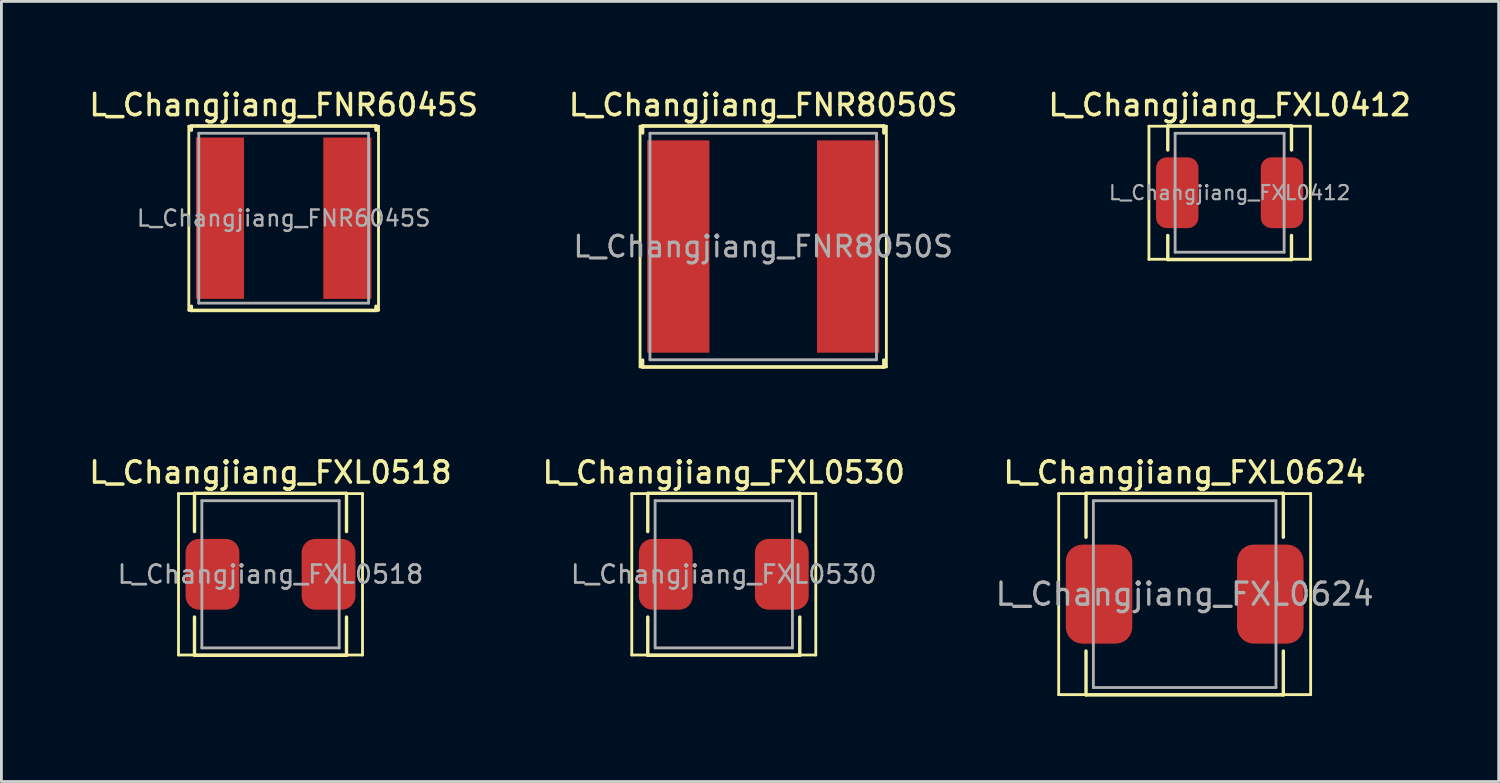
<source format=kicad_pcb>
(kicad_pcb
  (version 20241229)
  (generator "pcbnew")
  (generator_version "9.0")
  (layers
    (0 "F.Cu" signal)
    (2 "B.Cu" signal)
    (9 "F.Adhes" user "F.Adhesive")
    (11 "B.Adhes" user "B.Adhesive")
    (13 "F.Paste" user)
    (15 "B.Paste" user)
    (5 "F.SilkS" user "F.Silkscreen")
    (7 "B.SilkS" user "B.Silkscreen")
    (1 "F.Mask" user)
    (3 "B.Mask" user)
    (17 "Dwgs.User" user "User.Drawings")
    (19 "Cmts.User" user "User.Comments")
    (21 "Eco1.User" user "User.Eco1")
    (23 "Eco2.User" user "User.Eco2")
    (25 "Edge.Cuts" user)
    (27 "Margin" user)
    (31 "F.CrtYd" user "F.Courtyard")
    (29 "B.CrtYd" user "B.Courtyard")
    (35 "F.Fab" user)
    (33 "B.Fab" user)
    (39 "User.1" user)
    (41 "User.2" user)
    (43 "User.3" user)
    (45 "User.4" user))
  (footprint "L_Changjiang_FXL0518"
    (layer "F.Cu")
    (at 6.505 17.236)
    (property "Reference" "L_Changjiang_FXL0518" (at 0 -3.6 0) (layer "F.SilkS") (effects (font (size 0.75 0.75) (thickness 0.125))))
    (attr smd)
    (fp_line (start -3.25 -2.85) (end -3.25 2.85) (stroke (width 0.1) (type solid)) (layer "F.SilkS"))
    (fp_line (start -3.25 2.85) (end 3.25 2.85) (stroke (width 0.1) (type solid)) (layer "F.SilkS"))
    (fp_line (start -2.685 -2.86) (end -2.685 -1.51) (stroke (width 0.12) (type solid)) (layer "F.SilkS"))
    (fp_line (start -2.685 -2.86) (end 2.685 -2.86) (stroke (width 0.12) (type solid)) (layer "F.SilkS"))
    (fp_line (start -2.685 2.86) (end -2.685 1.51) (stroke (width 0.12) (type solid)) (layer "F.SilkS"))
    (fp_line (start -2.685 2.86) (end 2.685 2.86) (stroke (width 0.12) (type solid)) (layer "F.SilkS"))
    (fp_line (start 2.685 -2.86) (end 2.685 -1.51) (stroke (width 0.12) (type solid)) (layer "F.SilkS"))
    (fp_line (start 2.685 2.86) (end 2.685 1.51) (stroke (width 0.12) (type solid)) (layer "F.SilkS"))
    (fp_line (start 3.25 -2.85) (end -3.25 -2.85) (stroke (width 0.1) (type solid)) (layer "F.SilkS"))
    (fp_line (start 3.25 2.85) (end 3.25 -2.85) (stroke (width 0.1) (type solid)) (layer "F.SilkS"))
    (fp_line (start -2.425 -2.6) (end -2.425 2.6) (stroke (width 0.1) (type solid)) (layer "F.Fab"))
    (fp_line (start -2.425 2.6) (end 2.425 2.6) (stroke (width 0.1) (type solid)) (layer "F.Fab"))
    (fp_line (start 2.425 -2.6) (end -2.425 -2.6) (stroke (width 0.1) (type solid)) (layer "F.Fab"))
    (fp_line (start 2.425 2.6) (end 2.425 -2.6) (stroke (width 0.1) (type solid)) (layer "F.Fab"))
    (fp_text user "${REFERENCE}" (at 0 0 0) (layer "F.Fab") (effects (font (size 0.633 0.633) (thickness 0.095))))
    (pad "1" smd roundrect (at -2.05 0) (size 1.9 2.5) (layers "F.Cu" "F.Mask" "F.Paste") (roundrect_rratio 0.25))
    (pad "2" smd roundrect (at 2.05 0) (size 1.9 2.5) (layers "F.Cu" "F.Mask" "F.Paste") (roundrect_rratio 0.25)))
  (footprint "L_Changjiang_FXL0530"
    (layer "F.Cu")
    (at 22.516 17.236)
    (property "Reference" "L_Changjiang_FXL0530" (at 0 -3.6 0) (layer "F.SilkS") (effects (font (size 0.75 0.75) (thickness 0.125))))
    (attr smd)
    (fp_line (start -3.25 -2.85) (end -3.25 2.85) (stroke (width 0.1) (type solid)) (layer "F.SilkS"))
    (fp_line (start -3.25 2.85) (end 3.25 2.85) (stroke (width 0.1) (type solid)) (layer "F.SilkS"))
    (fp_line (start -2.685 -2.86) (end -2.685 -1.51) (stroke (width 0.12) (type solid)) (layer "F.SilkS"))
    (fp_line (start -2.685 -2.86) (end 2.685 -2.86) (stroke (width 0.12) (type solid)) (layer "F.SilkS"))
    (fp_line (start -2.685 2.86) (end -2.685 1.51) (stroke (width 0.12) (type solid)) (layer "F.SilkS"))
    (fp_line (start -2.685 2.86) (end 2.685 2.86) (stroke (width 0.12) (type solid)) (layer "F.SilkS"))
    (fp_line (start 2.685 -2.86) (end 2.685 -1.51) (stroke (width 0.12) (type solid)) (layer "F.SilkS"))
    (fp_line (start 2.685 2.86) (end 2.685 1.51) (stroke (width 0.12) (type solid)) (layer "F.SilkS"))
    (fp_line (start 3.25 -2.85) (end -3.25 -2.85) (stroke (width 0.1) (type solid)) (layer "F.SilkS"))
    (fp_line (start 3.25 2.85) (end 3.25 -2.85) (stroke (width 0.1) (type solid)) (layer "F.SilkS"))
    (fp_line (start -2.425 -2.6) (end -2.425 2.6) (stroke (width 0.1) (type solid)) (layer "F.Fab"))
    (fp_line (start -2.425 2.6) (end 2.425 2.6) (stroke (width 0.1) (type solid)) (layer "F.Fab"))
    (fp_line (start 2.425 -2.6) (end -2.425 -2.6) (stroke (width 0.1) (type solid)) (layer "F.Fab"))
    (fp_line (start 2.425 2.6) (end 2.425 -2.6) (stroke (width 0.1) (type solid)) (layer "F.Fab"))
    (fp_text user "${REFERENCE}" (at 0 0 0) (layer "F.Fab") (effects (font (size 0.633 0.633) (thickness 0.095))))
    (pad "1" smd roundrect (at -2.05 0) (size 1.9 2.5) (layers "F.Cu" "F.Mask" "F.Paste") (roundrect_rratio 0.25))
    (pad "2" smd roundrect (at 2.05 0) (size 1.9 2.5) (layers "F.Cu" "F.Mask" "F.Paste") (roundrect_rratio 0.25)))
  (footprint "L_Changjiang_FNR8050S"
    (layer "F.Cu")
    (at 23.909 5.658)
    (property "Reference" "L_Changjiang_FNR8050S" (at 0 -5 0) (layer "F.SilkS") (effects (font (size 0.75 0.75) (thickness 0.125))))
    (attr smd)
    (fp_line (start -4.35 -4.25) (end -4.35 4.25) (stroke (width 0.1) (type solid)) (layer "F.SilkS"))
    (fp_line (start -4.35 4.25) (end 4.35 4.25) (stroke (width 0.1) (type solid)) (layer "F.SilkS"))
    (fp_line (start -4.26 -4.26) (end -4.26 -4.01) (stroke (width 0.12) (type solid)) (layer "F.SilkS"))
    (fp_line (start -4.26 -4.26) (end 4.26 -4.26) (stroke (width 0.12) (type solid)) (layer "F.SilkS"))
    (fp_line (start -4.26 4.26) (end -4.26 4.01) (stroke (width 0.12) (type solid)) (layer "F.SilkS"))
    (fp_line (start -4.26 4.26) (end 4.26 4.26) (stroke (width 0.12) (type solid)) (layer "F.SilkS"))
    (fp_line (start 4.26 -4.26) (end 4.26 -4.01) (stroke (width 0.12) (type solid)) (layer "F.SilkS"))
    (fp_line (start 4.26 4.26) (end 4.26 4.01) (stroke (width 0.12) (type solid)) (layer "F.SilkS"))
    (fp_line (start 4.35 -4.25) (end -4.35 -4.25) (stroke (width 0.1) (type solid)) (layer "F.SilkS"))
    (fp_line (start 4.35 4.25) (end 4.35 -4.25) (stroke (width 0.1) (type solid)) (layer "F.SilkS"))
    (fp_line (start -4 -4) (end -4 4) (stroke (width 0.1) (type solid)) (layer "F.Fab"))
    (fp_line (start -4 4) (end 4 4) (stroke (width 0.1) (type solid)) (layer "F.Fab"))
    (fp_line (start 4 -4) (end -4 -4) (stroke (width 0.1) (type solid)) (layer "F.Fab"))
    (fp_line (start 4 4) (end 4 -4) (stroke (width 0.1) (type solid)) (layer "F.Fab"))
    (fp_text user "${REFERENCE}" (at 0 0 0) (layer "F.Fab") (effects (font (size 0.733 0.733) (thickness 0.11))))
    (pad "1" smd rect (at -3 0) (size 2.2 7.5) (layers "F.Cu" "F.Mask" "F.Paste"))
    (pad "2" smd rect (at 3 0) (size 2.2 7.5) (layers "F.Cu" "F.Mask" "F.Paste")))
  (footprint "L_Changjiang_FNR6045S"
    (layer "F.Cu")
    (at 6.97 4.658)
    (property "Reference" "L_Changjiang_FNR6045S" (at 0 -4 0) (layer "F.SilkS") (effects (font (size 0.75 0.75) (thickness 0.125))))
    (attr smd)
    (fp_line (start -3.35 -3.25) (end -3.35 3.25) (stroke (width 0.1) (type solid)) (layer "F.SilkS"))
    (fp_line (start -3.35 3.25) (end 3.35 3.25) (stroke (width 0.1) (type solid)) (layer "F.SilkS"))
    (fp_line (start -3.26 -3.26) (end -3.26 -3.11) (stroke (width 0.12) (type solid)) (layer "F.SilkS"))
    (fp_line (start -3.26 -3.26) (end 3.26 -3.26) (stroke (width 0.12) (type solid)) (layer "F.SilkS"))
    (fp_line (start -3.26 3.26) (end -3.26 3.11) (stroke (width 0.12) (type solid)) (layer "F.SilkS"))
    (fp_line (start -3.26 3.26) (end 3.26 3.26) (stroke (width 0.12) (type solid)) (layer "F.SilkS"))
    (fp_line (start 3.26 -3.26) (end 3.26 -3.11) (stroke (width 0.12) (type solid)) (layer "F.SilkS"))
    (fp_line (start 3.26 3.26) (end 3.26 3.11) (stroke (width 0.12) (type solid)) (layer "F.SilkS"))
    (fp_line (start 3.35 -3.25) (end -3.35 -3.25) (stroke (width 0.1) (type solid)) (layer "F.SilkS"))
    (fp_line (start 3.35 3.25) (end 3.35 -3.25) (stroke (width 0.1) (type solid)) (layer "F.SilkS"))
    (fp_line (start -3 -3) (end -3 3) (stroke (width 0.1) (type solid)) (layer "F.Fab"))
    (fp_line (start -3 3) (end 3 3) (stroke (width 0.1) (type solid)) (layer "F.Fab"))
    (fp_line (start 3 -3) (end -3 -3) (stroke (width 0.1) (type solid)) (layer "F.Fab"))
    (fp_line (start 3 3) (end 3 -3) (stroke (width 0.1) (type solid)) (layer "F.Fab"))
    (fp_text user "${REFERENCE}" (at 0 0 0) (layer "F.Fab") (effects (font (size 0.567 0.567) (thickness 0.085))))
    (pad "1" smd rect (at -2.25 0) (size 1.7 5.7) (layers "F.Cu" "F.Mask" "F.Paste"))
    (pad "2" smd rect (at 2.25 0) (size 1.7 5.7) (layers "F.Cu" "F.Mask" "F.Paste")))
  (footprint "L_Changjiang_FXL0412"
    (layer "F.Cu")
    (at 40.384 3.758)
    (property "Reference" "L_Changjiang_FXL0412" (at 0 -3.1 0) (layer "F.SilkS") (effects (font (size 0.75 0.75) (thickness 0.125))))
    (attr smd)
    (fp_line (start -2.85 -2.35) (end -2.85 2.35) (stroke (width 0.1) (type solid)) (layer "F.SilkS"))
    (fp_line (start -2.85 2.35) (end 2.85 2.35) (stroke (width 0.1) (type solid)) (layer "F.SilkS"))
    (fp_line (start -2.185 -2.36) (end -2.185 -1.51) (stroke (width 0.12) (type solid)) (layer "F.SilkS"))
    (fp_line (start -2.185 -2.36) (end 2.185 -2.36) (stroke (width 0.12) (type solid)) (layer "F.SilkS"))
    (fp_line (start -2.185 2.36) (end -2.185 1.51) (stroke (width 0.12) (type solid)) (layer "F.SilkS"))
    (fp_line (start -2.185 2.36) (end 2.185 2.36) (stroke (width 0.12) (type solid)) (layer "F.SilkS"))
    (fp_line (start 2.185 -2.36) (end 2.185 -1.51) (stroke (width 0.12) (type solid)) (layer "F.SilkS"))
    (fp_line (start 2.185 2.36) (end 2.185 1.51) (stroke (width 0.12) (type solid)) (layer "F.SilkS"))
    (fp_line (start 2.85 -2.35) (end -2.85 -2.35) (stroke (width 0.1) (type solid)) (layer "F.SilkS"))
    (fp_line (start 2.85 2.35) (end 2.85 -2.35) (stroke (width 0.1) (type solid)) (layer "F.SilkS"))
    (fp_line (start -1.925 -2.1) (end -1.925 2.1) (stroke (width 0.1) (type solid)) (layer "F.Fab"))
    (fp_line (start -1.925 2.1) (end 1.925 2.1) (stroke (width 0.1) (type solid)) (layer "F.Fab"))
    (fp_line (start 1.925 -2.1) (end -1.925 -2.1) (stroke (width 0.1) (type solid)) (layer "F.Fab"))
    (fp_line (start 1.925 2.1) (end 1.925 -2.1) (stroke (width 0.1) (type solid)) (layer "F.Fab"))
    (fp_text user "${REFERENCE}" (at 0 0 0) (layer "F.Fab") (effects (font (size 0.5 0.5) (thickness 0.075))))
    (pad "1" smd roundrect (at -1.85 0) (size 1.5 2.5) (layers "F.Cu" "F.Mask" "F.Paste") (roundrect_rratio 0.25))
    (pad "2" smd roundrect (at 1.85 0) (size 1.5 2.5) (layers "F.Cu" "F.Mask" "F.Paste") (roundrect_rratio 0.25)))
  (footprint "L_Changjiang_FXL0624"
    (layer "F.Cu")
    (at 38.796 17.936)
    (property "Reference" "L_Changjiang_FXL0624" (at 0 -4.3 0) (layer "F.SilkS") (effects (font (size 0.75 0.75) (thickness 0.125))))
    (attr smd)
    (fp_line (start -4.45 -3.55) (end -4.45 3.55) (stroke (width 0.1) (type solid)) (layer "F.SilkS"))
    (fp_line (start -4.45 3.55) (end 4.45 3.55) (stroke (width 0.1) (type solid)) (layer "F.SilkS"))
    (fp_line (start -3.485 -3.56) (end -3.485 -2.01) (stroke (width 0.12) (type solid)) (layer "F.SilkS"))
    (fp_line (start -3.485 -3.56) (end 3.485 -3.56) (stroke (width 0.12) (type solid)) (layer "F.SilkS"))
    (fp_line (start -3.485 3.56) (end -3.485 2.01) (stroke (width 0.12) (type solid)) (layer "F.SilkS"))
    (fp_line (start -3.485 3.56) (end 3.485 3.56) (stroke (width 0.12) (type solid)) (layer "F.SilkS"))
    (fp_line (start 3.485 -3.56) (end 3.485 -2.01) (stroke (width 0.12) (type solid)) (layer "F.SilkS"))
    (fp_line (start 3.485 3.56) (end 3.485 2.01) (stroke (width 0.12) (type solid)) (layer "F.SilkS"))
    (fp_line (start 4.45 -3.55) (end -4.45 -3.55) (stroke (width 0.1) (type solid)) (layer "F.SilkS"))
    (fp_line (start 4.45 3.55) (end 4.45 -3.55) (stroke (width 0.1) (type solid)) (layer "F.SilkS"))
    (fp_line (start -3.225 -3.3) (end -3.225 3.3) (stroke (width 0.1) (type solid)) (layer "F.Fab"))
    (fp_line (start -3.225 3.3) (end 3.225 3.3) (stroke (width 0.1) (type solid)) (layer "F.Fab"))
    (fp_line (start 3.225 -3.3) (end -3.225 -3.3) (stroke (width 0.1) (type solid)) (layer "F.Fab"))
    (fp_line (start 3.225 3.3) (end 3.225 -3.3) (stroke (width 0.1) (type solid)) (layer "F.Fab"))
    (fp_text user "${REFERENCE}" (at 0 0 0) (layer "F.Fab") (effects (font (size 0.783 0.783) (thickness 0.117))))
    (pad "1" smd roundrect (at -3.025 0) (size 2.35 3.5) (layers "F.Cu" "F.Mask" "F.Paste") (roundrect_rratio 0.25))
    (pad "2" smd roundrect (at 3.025 0) (size 2.35 3.5) (layers "F.Cu" "F.Mask" "F.Paste") (roundrect_rratio 0.25)))
  (gr_rect
    (start -3 -3)
    (end 49.889 24.556)
    (stroke (width 0.1) (type default))
    (fill no)
    (layer "Edge.Cuts")))
</source>
